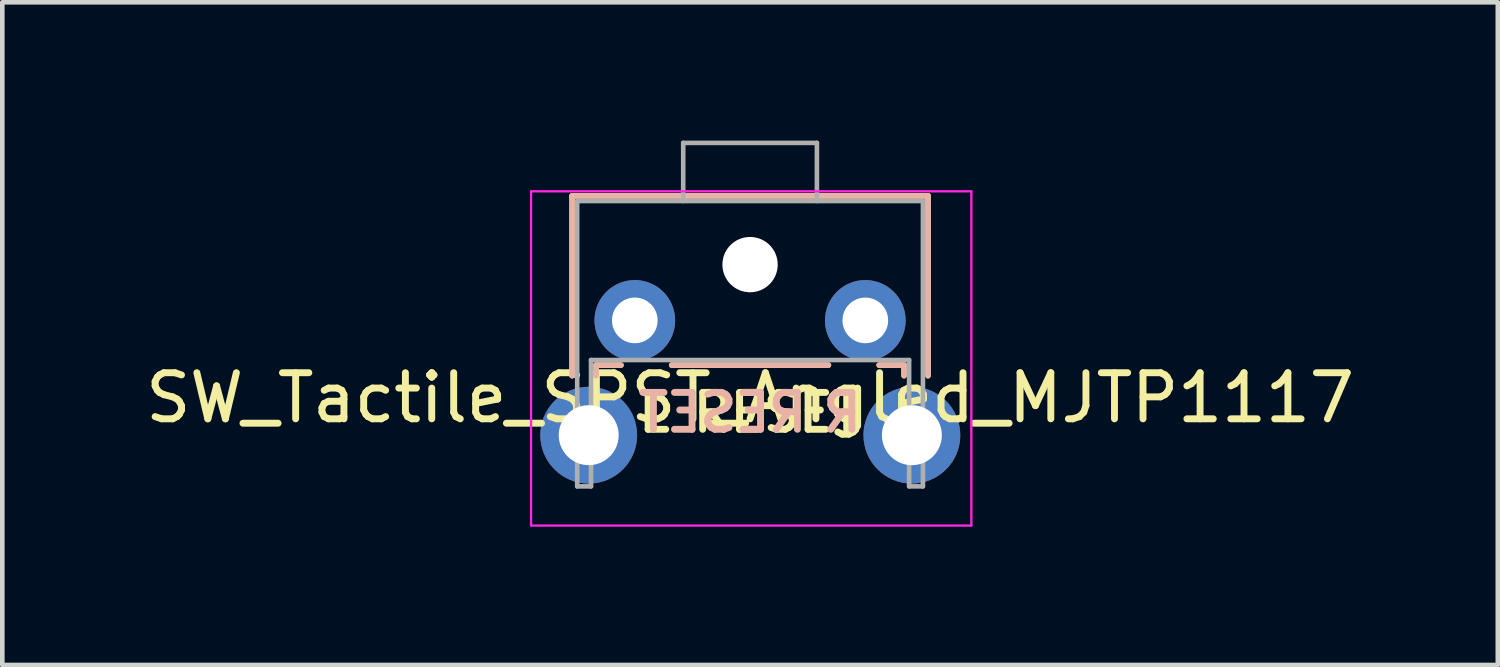
<source format=kicad_pcb>
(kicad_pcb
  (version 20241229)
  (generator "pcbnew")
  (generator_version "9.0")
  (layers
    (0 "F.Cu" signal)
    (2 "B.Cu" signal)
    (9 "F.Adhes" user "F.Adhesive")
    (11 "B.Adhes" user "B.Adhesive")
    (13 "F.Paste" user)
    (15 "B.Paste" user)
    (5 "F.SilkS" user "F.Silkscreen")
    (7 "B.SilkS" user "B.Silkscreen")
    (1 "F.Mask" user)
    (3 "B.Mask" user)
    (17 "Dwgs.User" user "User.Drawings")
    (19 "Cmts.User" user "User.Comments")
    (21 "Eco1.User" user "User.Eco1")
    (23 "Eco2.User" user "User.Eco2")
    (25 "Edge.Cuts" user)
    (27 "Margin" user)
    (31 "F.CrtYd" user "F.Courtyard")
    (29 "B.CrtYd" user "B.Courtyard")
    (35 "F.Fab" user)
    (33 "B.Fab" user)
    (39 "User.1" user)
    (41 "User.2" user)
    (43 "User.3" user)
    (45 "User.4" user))
  (footprint "SW_Tactile_SPST_Angled_MJTP1117"
    (layer "F.Cu")
    (at 10.72 3.9)
    (property "Reference" "SW_Tactile_SPST_Angled_MJTP1117" (at 2.5 1.68 0) (layer "F.SilkS") (effects (font (size 1 1) (thickness 0.15))))
    (attr through_hole)
    (fp_line (start -1.36 -2.7) (end -1.36 1.2) (stroke (width 0.12) (type solid)) (layer "F.SilkS"))
    (fp_line (start -1.36 -2.7) (end 6.36 -2.7) (stroke (width 0.12) (type solid)) (layer "F.SilkS"))
    (fp_line (start -0.84 0.97) (end -0.84 1.2) (stroke (width 0.12) (type solid)) (layer "F.SilkS"))
    (fp_line (start -0.84 0.97) (end -0.3 0.97) (stroke (width 0.12) (type solid)) (layer "F.SilkS"))
    (fp_line (start 0.8 0.97) (end 4.2 0.97) (stroke (width 0.12) (type solid)) (layer "F.SilkS"))
    (fp_line (start 5.3 0.97) (end 5.84 0.97) (stroke (width 0.12) (type solid)) (layer "F.SilkS"))
    (fp_line (start 5.84 0.97) (end 5.84 1.2) (stroke (width 0.12) (type solid)) (layer "F.SilkS"))
    (fp_line (start 6.36 -2.7) (end 6.36 1.2) (stroke (width 0.12) (type solid)) (layer "F.SilkS"))
    (fp_line (start -1.36 -2.7) (end -1.36 1.2) (stroke (width 0.12) (type solid)) (layer "B.SilkS"))
    (fp_line (start -1.36 -2.7) (end 6.36 -2.7) (stroke (width 0.12) (type solid)) (layer "B.SilkS"))
    (fp_line (start -0.84 0.97) (end -0.84 1.2) (stroke (width 0.12) (type solid)) (layer "B.SilkS"))
    (fp_line (start -0.84 0.97) (end -0.3 0.97) (stroke (width 0.12) (type solid)) (layer "B.SilkS"))
    (fp_line (start 0.8 0.97) (end 4.2 0.97) (stroke (width 0.12) (type solid)) (layer "B.SilkS"))
    (fp_line (start 5.3 0.97) (end 5.84 0.97) (stroke (width 0.12) (type solid)) (layer "B.SilkS"))
    (fp_line (start 5.84 0.97) (end 5.84 1.2) (stroke (width 0.12) (type solid)) (layer "B.SilkS"))
    (fp_line (start 6.36 -2.7) (end 6.36 1.2) (stroke (width 0.12) (type solid)) (layer "B.SilkS"))
    (fp_line (start -2.25 -2.8) (end 7.3 -2.8) (stroke (width 0.05) (type solid)) (layer "F.CrtYd"))
    (fp_line (start -2.25 4.45) (end -2.25 -2.8) (stroke (width 0.05) (type solid)) (layer "F.CrtYd"))
    (fp_line (start 7.3 -2.8) (end 7.3 4.45) (stroke (width 0.05) (type solid)) (layer "F.CrtYd"))
    (fp_line (start 7.3 4.45) (end -2.25 4.45) (stroke (width 0.05) (type solid)) (layer "F.CrtYd"))
    (fp_line (start -1.25 -2.59) (end 6.25 -2.59) (stroke (width 0.1) (type solid)) (layer "F.Fab"))
    (fp_line (start -1.25 3.6) (end -1.25 -2.59) (stroke (width 0.1) (type solid)) (layer "F.Fab"))
    (fp_line (start -1.25 3.6) (end -0.95 3.6) (stroke (width 0.1) (type solid)) (layer "F.Fab"))
    (fp_line (start -0.95 0.86) (end 5.95 0.86) (stroke (width 0.1) (type solid)) (layer "F.Fab"))
    (fp_line (start -0.95 3.6) (end -0.95 0.86) (stroke (width 0.1) (type solid)) (layer "F.Fab"))
    (fp_line (start 1.05 -3.85) (end 1.05 -2.59) (stroke (width 0.1) (type solid)) (layer "F.Fab"))
    (fp_line (start 1.05 -3.85) (end 3.95 -3.85) (stroke (width 0.1) (type solid)) (layer "F.Fab"))
    (fp_line (start 3.95 -3.85) (end 3.95 -2.59) (stroke (width 0.1) (type solid)) (layer "F.Fab"))
    (fp_line (start 5.95 3.6) (end 5.95 0.86) (stroke (width 0.1) (type solid)) (layer "F.Fab"))
    (fp_line (start 5.95 3.6) (end 6.25 3.6) (stroke (width 0.1) (type solid)) (layer "F.Fab"))
    (fp_line (start 6.25 3.6) (end 6.25 -2.59) (stroke (width 0.1) (type solid)) (layer "F.Fab"))
    (fp_text user "RESET" (at 5 2 0) (layer "F.SilkS") (effects (font (size 0.8 0.8) (thickness 0.15)) (justify right)))
    (fp_text user "L" (at 0 2 0) (layer "F.SilkS") (effects (font (size 0.8 0.8) (thickness 0.15)) (justify left)))
    (fp_text user "RESET" (at 0 2 0) (layer "B.SilkS") (effects (font (size 0.8 0.8) (thickness 0.15)) (justify right mirror)))
    (fp_text user "R" (at 4 2 0) (layer "B.SilkS") (effects (font (size 0.8 0.8) (thickness 0.15)) (justify right mirror)))
    (pad "" thru_hole circle (at -1 2.49) (size 2.1 2.1) (drill 1.3) (layers "*.Cu" "*.Mask"))
    (pad "" np_thru_hole circle (at 2.5 -1.21) (size 1.2 1.2) (drill 1.2) (layers "*.Cu" "*.Mask"))
    (pad "" thru_hole circle (at 6.01 2.49) (size 2.1 2.1) (drill 1.3) (layers "*.Cu" "*.Mask"))
    (pad "1" thru_hole circle (at 0 0) (size 1.75 1.75) (drill 0.99) (layers "*.Cu" "*.Mask"))
    (pad "2" thru_hole circle (at 5 0) (size 1.75 1.75) (drill 0.99) (layers "*.Cu" "*.Mask")))
  (gr_rect
    (start -3 -3)
    (end 29.44 11.375)
    (stroke (width 0.1) (type default))
    (fill no)
    (layer "Edge.Cuts")))
</source>
